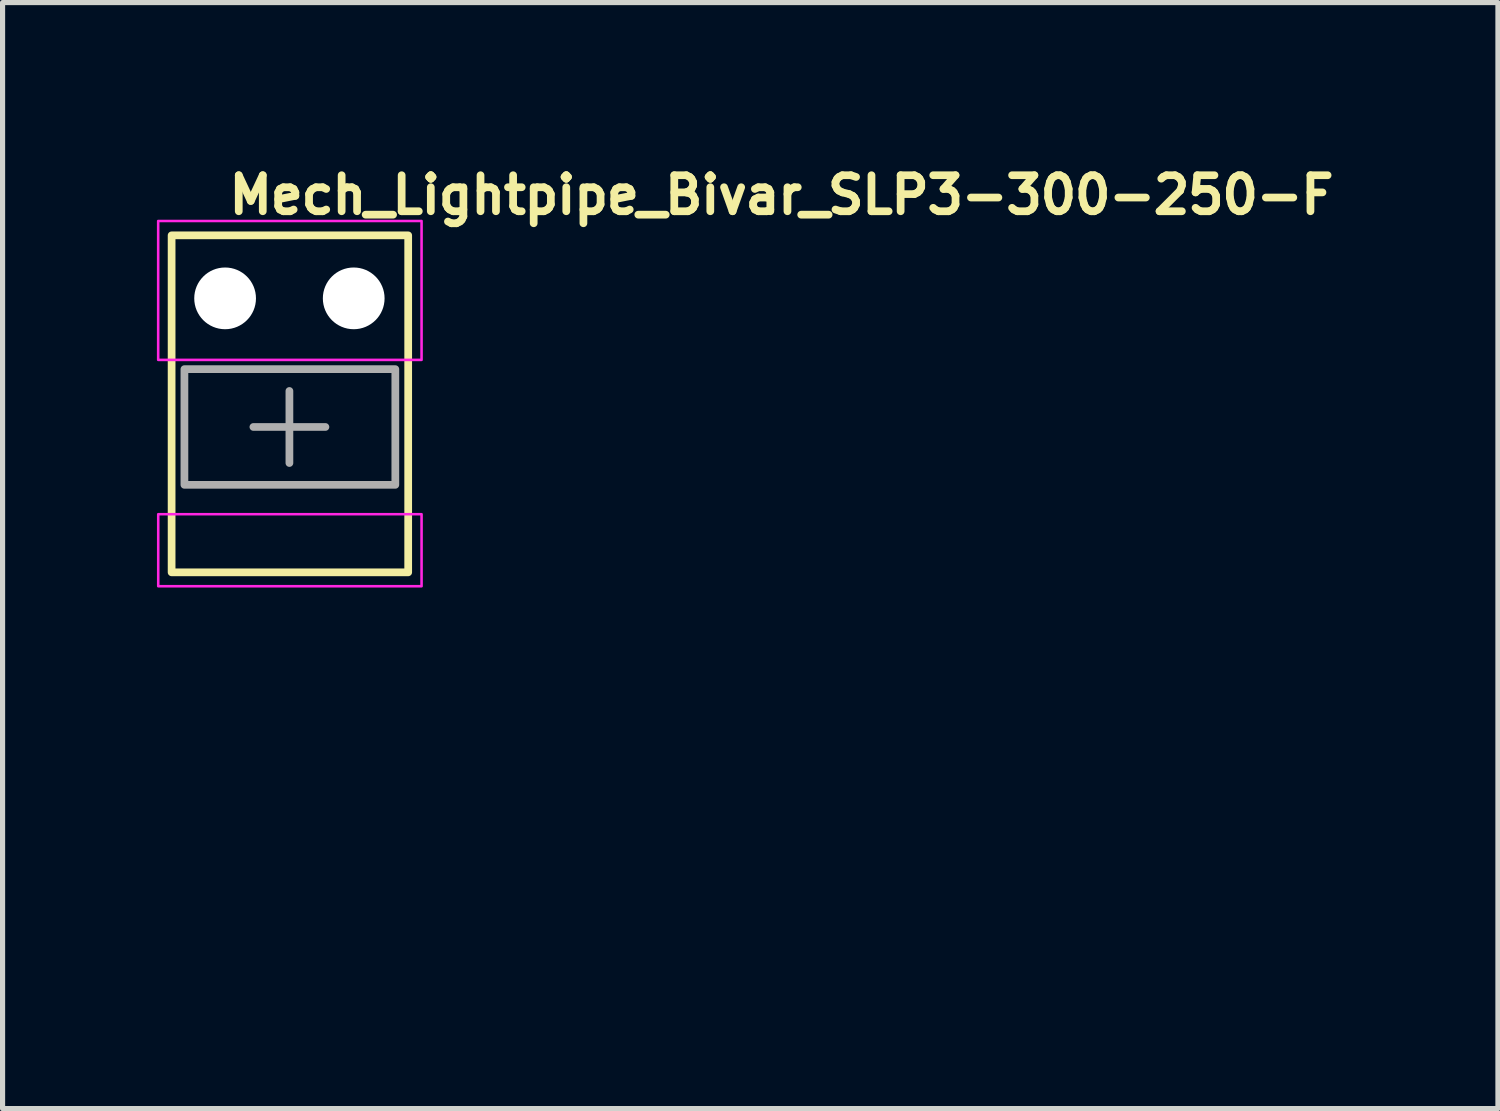
<source format=kicad_pcb>
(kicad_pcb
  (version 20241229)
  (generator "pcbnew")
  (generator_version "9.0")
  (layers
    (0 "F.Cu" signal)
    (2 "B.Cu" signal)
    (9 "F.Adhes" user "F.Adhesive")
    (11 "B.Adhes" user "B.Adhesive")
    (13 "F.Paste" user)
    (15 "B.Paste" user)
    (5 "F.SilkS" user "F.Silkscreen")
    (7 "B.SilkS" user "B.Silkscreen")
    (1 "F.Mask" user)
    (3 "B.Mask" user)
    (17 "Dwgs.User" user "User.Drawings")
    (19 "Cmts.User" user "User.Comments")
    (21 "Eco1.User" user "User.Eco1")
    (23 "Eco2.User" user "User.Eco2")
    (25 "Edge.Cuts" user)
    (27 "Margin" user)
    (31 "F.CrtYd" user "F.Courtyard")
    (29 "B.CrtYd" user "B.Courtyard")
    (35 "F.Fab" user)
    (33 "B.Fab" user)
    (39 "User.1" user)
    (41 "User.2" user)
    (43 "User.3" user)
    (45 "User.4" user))
  (footprint "Mech_Lightpipe_Bivar_SLP3-300-250-F"
    (layer "F.Cu")
    (at 1.326 2.75)
    (property "Reference" "Mech_Lightpipe_Bivar_SLP3-300-250-F" (at 0 -1.6 0) (unlocked yes) (layer "F.SilkS") (effects (font (size 0.7 0.7) (thickness 0.15)) (justify left bottom)))
    (attr through_hole)
    (fp_rect (start -1.04 -1.225) (end 3.559 5.326) (stroke (width 0.15) (type solid)) (fill no) (layer "F.SilkS"))
    (fp_rect (start -1.301 -1.504) (end 3.819 1.196) (stroke (width 0.05) (type solid)) (fill no) (layer "F.CrtYd"))
    (fp_rect (start -1.3 4.196) (end 3.819 5.596) (stroke (width 0.05) (type solid)) (fill no) (layer "F.CrtYd"))
    (fp_line (start 0.55 2.5) (end 1.25 2.5) (stroke (width 0.15) (type solid)) (layer "F.Fab"))
    (fp_line (start 1.25 1.8) (end 1.25 2.5) (stroke (width 0.15) (type solid)) (layer "F.Fab"))
    (fp_line (start 1.25 2.5) (end 1.25 3.201) (stroke (width 0.15) (type solid)) (layer "F.Fab"))
    (fp_line (start 1.25 2.5) (end 1.95 2.5) (stroke (width 0.15) (type solid)) (layer "F.Fab"))
    (fp_rect (start -0.791 1.376) (end 3.309 3.625) (stroke (width 0.15) (type solid)) (fill no) (layer "F.Fab"))
    (fp_rect (start -1.002 -1.249) (end 3.519 12.7) (stroke (width 0.1) (type solid)) (fill no) (layer "User.5"))
    (fp_line (start -1 -1.25) (end -1 5.101) (stroke (width 0.02) (type solid)) (layer "User.9"))
    (fp_line (start -1 -1.25) (end 3.521 -1.25) (stroke (width 0.02) (type solid)) (layer "User.9"))
    (fp_line (start -1 5.101) (end 3.521 5.101) (stroke (width 0.02) (type solid)) (layer "User.9"))
    (fp_line (start -0.67 3.855) (end 3.199 3.855) (stroke (width 0.02) (type solid)) (layer "User.9"))
    (fp_line (start -0.261 12.699) (end -0.261 5.101) (stroke (width 0.02) (type solid)) (layer "User.9"))
    (fp_line (start -0.261 12.699) (end 2.735 12.699) (stroke (width 0.02) (type solid)) (layer "User.9"))
    (fp_line (start 2.735 12.699) (end 2.735 5.101) (stroke (width 0.02) (type solid)) (layer "User.9"))
    (fp_line (start 3.521 -1.25) (end 3.521 5.101) (stroke (width 0.02) (type solid)) (layer "User.9"))
    (fp_rect (start -0.789 1.375) (end 3.311 3.624) (stroke (width 0.02) (type solid)) (fill no) (layer "User.9"))
    (fp_arc (start -0.669997 3.855057) (mid -0.900456 3.765374) (end -1 3.539) (stroke (width 0.02) (type default)) (layer "User.9"))
    (fp_arc (start 3.521 3.525054) (mid 3.428332 3.756749) (end 3.198973 3.855057) (stroke (width 0.02) (type default)) (layer "User.9"))
    (pad "" np_thru_hole circle (at 0 0) (size 1.2 1.2) (drill 1.3) (layers "*.Cu" "*.Mask"))
    (pad "" np_thru_hole circle (at 2.5 0) (size 1.2 1.2) (drill 1.3) (layers "*.Cu" "*.Mask")))
  (gr_rect
    (start -3 -3)
    (end 26.069 18.5)
    (stroke (width 0.1) (type default))
    (fill no)
    (layer "Edge.Cuts")))
</source>
